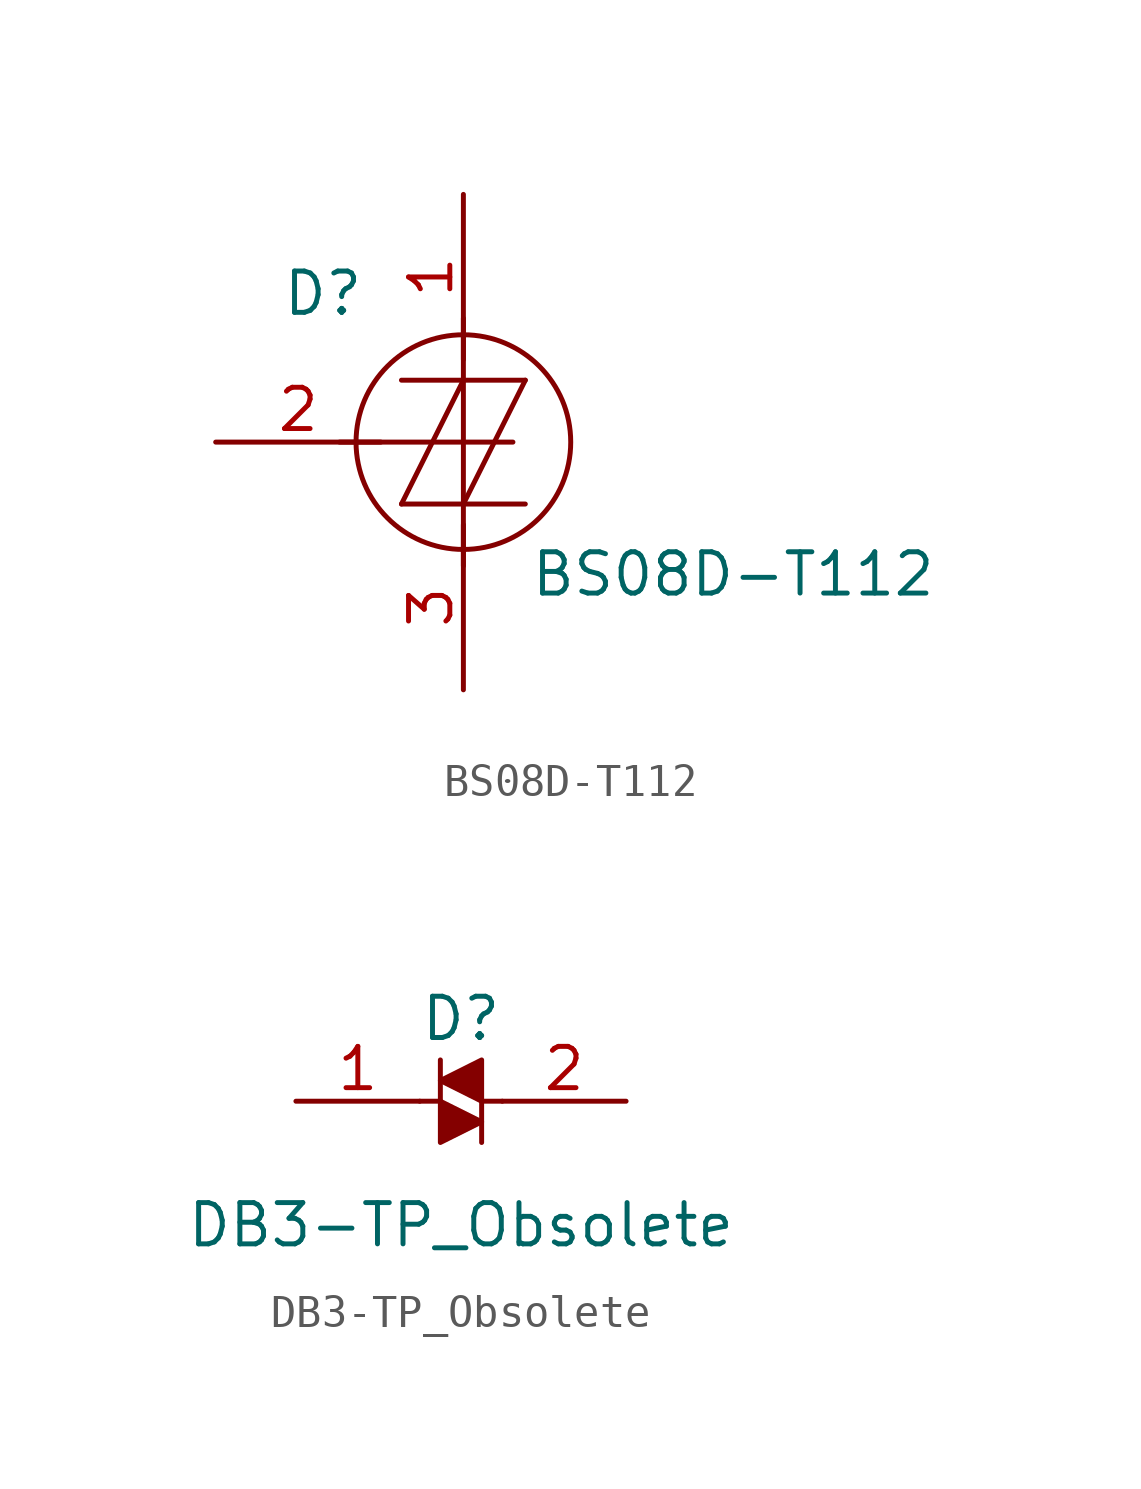
<source format=kicad_sym>
(kicad_symbol_lib
  (version 20231120)
  (generator "kicad_symbol_editor")
  (generator_version "8.0")
  (symbol "BS08D-T112"
    (pin_names
      (offset 0) hide)
    (property "Reference" "D"
      (at -4.318 4.572 0)
      (effects (font (size 1.27 1.27))))
    (property "Value" "BS08D-T112"
      (at 2.032 -4.064 0)
      (effects (font (size 1.27 1.27)) (justify left)))
    (symbol "BS08D-T112_0_1"
      (polyline (pts (xy -1.905 -1.905) (xy 1.905 -1.905)) (stroke (width 0) (type solid)) (fill (type none)))
      (polyline (pts (xy -1.905 1.905) (xy 1.905 1.905)) (stroke (width 0) (type solid)) (fill (type none)))
      (polyline (pts (xy 0 1.905) (xy -1.905 -1.905)) (stroke (width 0) (type solid)) (fill (type none)))
      (polyline (pts (xy 0 3.81) (xy 0 -3.81)) (stroke (width 0) (type solid)) (fill (type none)))
      (polyline (pts (xy 1.524 0) (xy -3.81 0)) (stroke (width 0) (type solid)) (fill (type none)))
      (polyline (pts (xy 1.905 1.905) (xy 0 -1.905)) (stroke (width 0) (type solid)) (fill (type none)))
      (circle (center 0 0) (radius 3.302) (stroke (width 0) (type solid)) (fill (type none))))
    (symbol "BS08D-T112_1_1"
      (pin passive line (at 0 7.62 270) (length 5.08) (name "T2" (effects (font (size 1.27 1.27)))) (number "1" (effects (font (size 1.27 1.27)))))
      (pin input line (at -7.62 0 0) (length 5.08) (name "G" (effects (font (size 1.27 1.27)))) (number "2" (effects (font (size 1.27 1.27)))))
      (pin passive line (at 0 -7.62 90) (length 5.08) (name "T1" (effects (font (size 1.27 1.27)))) (number "3" (effects (font (size 1.27 1.27)))))))
  (symbol "DB3-TP_Obsolete"
    (pin_names
      (offset 0))
    (property "Reference" "D"
      (at 0 2.54 0)
      (effects (font (size 1.27 1.27))))
    (property "Value" "DB3-TP_Obsolete"
      (at 0 -3.81 0)
      (effects (font (size 1.27 1.27))))
    (symbol "DB3-TP_Obsolete_0_1"
      (polyline (pts (xy -0.635 0) (xy -1.27 0)) (stroke (width 0) (type solid)) (fill (type none)))
      (polyline (pts (xy -0.635 1.27) (xy -0.635 0)) (stroke (width 0) (type solid)) (fill (type none)))
      (polyline (pts (xy 0.635 -1.27) (xy 0.635 0)) (stroke (width 0) (type solid)) (fill (type none)))
      (polyline (pts (xy 1.27 0) (xy 0.635 0)) (stroke (width 0) (type solid)) (fill (type none)))
      (polyline (pts (xy -0.635 0) (xy -0.635 -1.27) (xy 0.635 -0.635) (xy -0.635 0)) (stroke (width 0) (type solid)) (fill (type outline)))
      (polyline (pts (xy -0.635 0.635) (xy 0.635 0) (xy 0.635 1.27) (xy -0.635 0.635)) (stroke (width 0) (type solid)) (fill (type outline))))
    (symbol "DB3-TP_Obsolete_1_1"
      (pin passive line (at -5.08 0 0) (length 3.81) (name "~" (effects (font (size 1.27 1.27)))) (number "1" (effects (font (size 1.27 1.27)))))
      (pin passive line (at 5.08 0 180) (length 3.81) (name "~" (effects (font (size 1.27 1.27)))) (number "2" (effects (font (size 1.27 1.27))))))))
</source>
